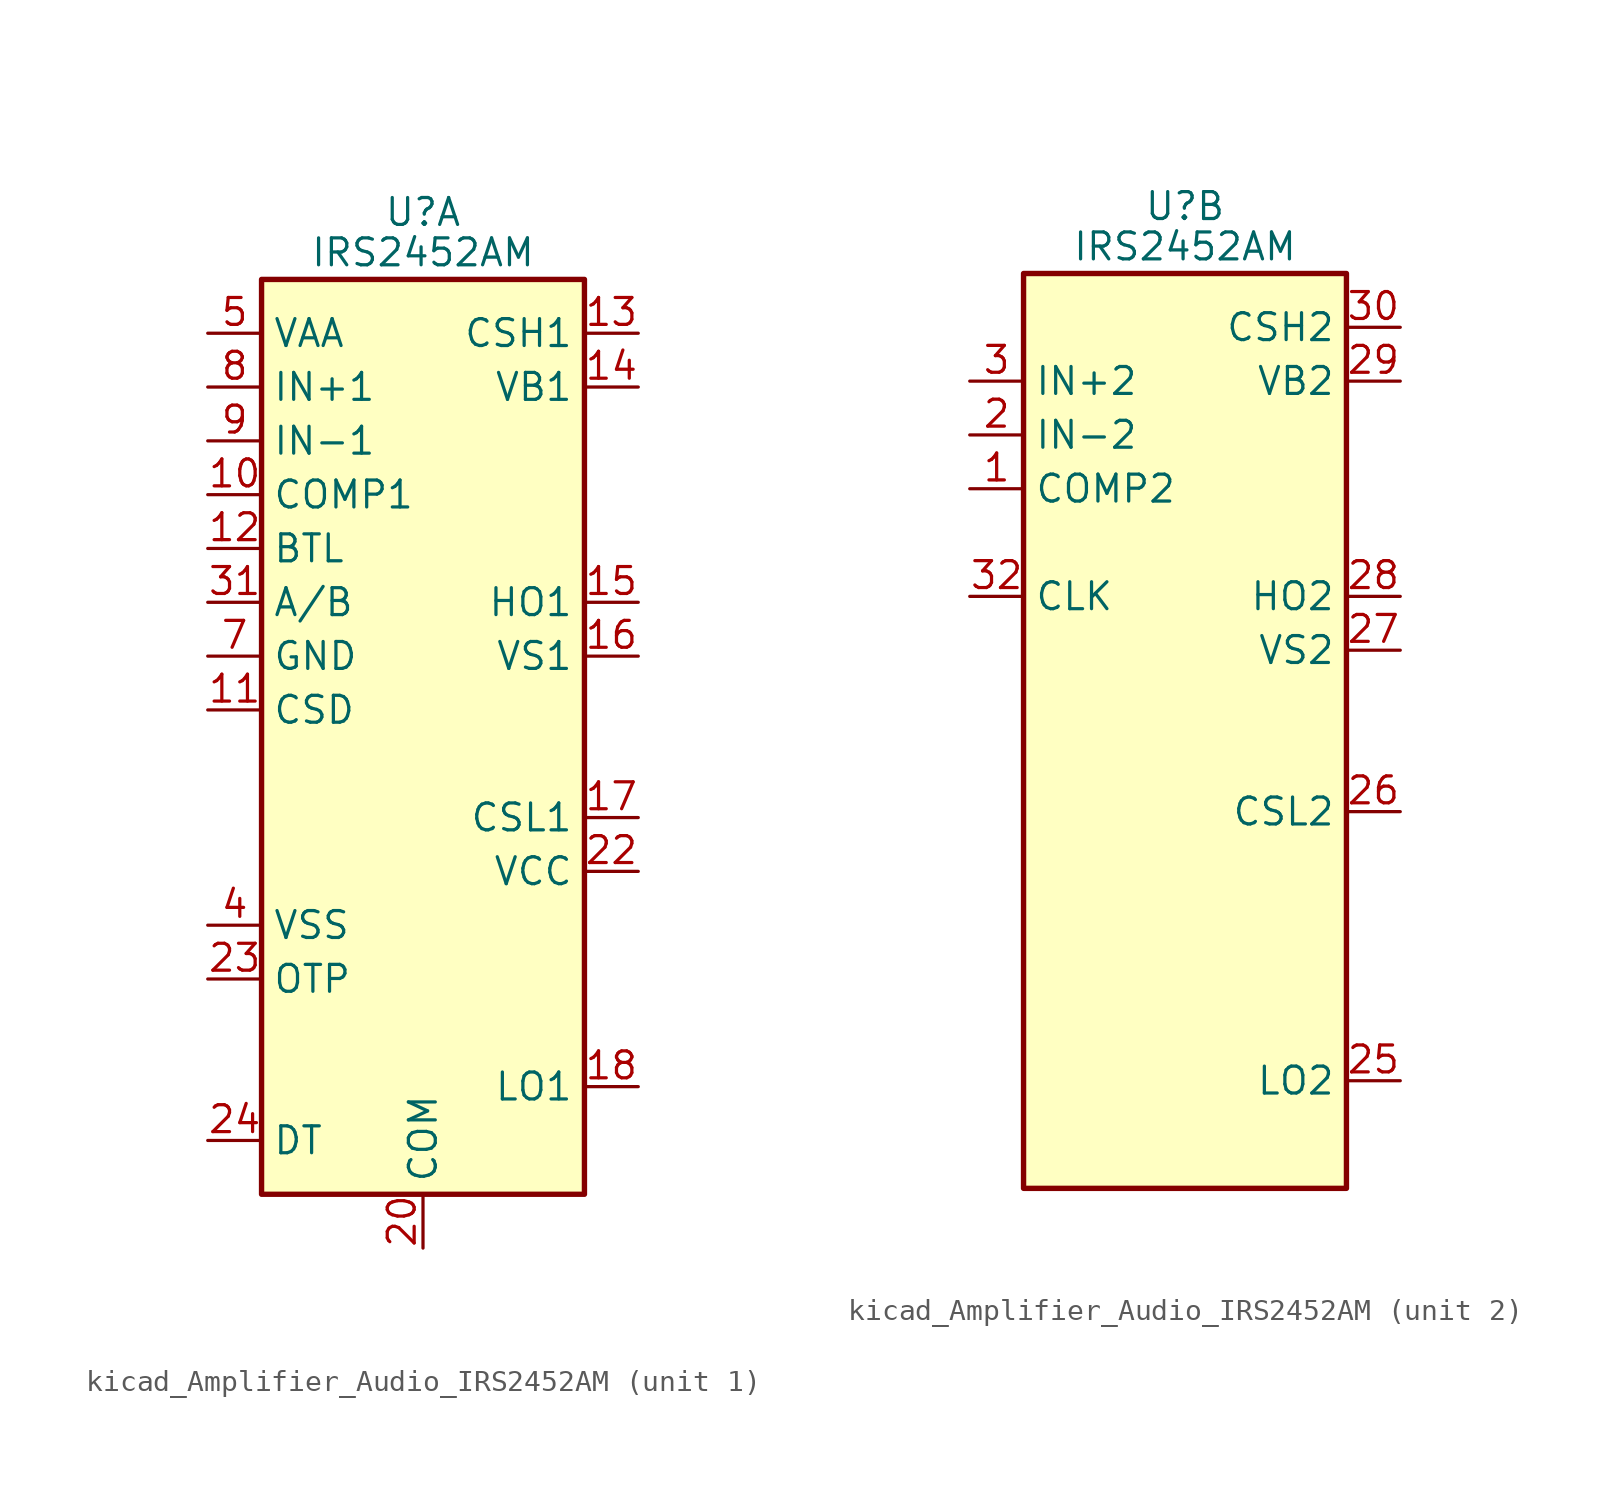
<source format=kicad_sym>
(kicad_symbol_lib
  (version 20220914)
  (generator kicad_symbol_editor)
  (symbol "kicad_Amplifier_Audio_IRS2452AM"
    (property "Reference" "U"
      (at 0 26.035 0)
      (effects (font (size 1.27 1.27))))
    (property "Value" "IRS2452AM"
      (at 0 24.13 0)
      (effects (font (size 1.27 1.27))))
    (property "ki_locked" ""
      (at 0 0 0)
      (effects (font (size 1.27 1.27))))
    (symbol "kicad_Amplifier_Audio_IRS2452AM_0_1"
      (rectangle (start -7.62 -20.32) (end 7.62 22.86) (stroke (width 0.254) (type default)) (fill (type background))))
    (symbol "kicad_Amplifier_Audio_IRS2452AM_1_1"
      (pin output line (at -10.16 12.7 0) (length 2.54) (name "COMP1" (effects (font (size 1.27 1.27)))) (number "10" (effects (font (size 1.27 1.27)))))
      (pin passive line (at -10.16 2.54 0) (length 2.54) (name "CSD" (effects (font (size 1.27 1.27)))) (number "11" (effects (font (size 1.27 1.27)))))
      (pin input line (at -10.16 10.16 0) (length 2.54) (name "BTL" (effects (font (size 1.27 1.27)))) (number "12" (effects (font (size 1.27 1.27)))))
      (pin passive line (at 10.16 20.32 180) (length 2.54) (name "CSH1" (effects (font (size 1.27 1.27)))) (number "13" (effects (font (size 1.27 1.27)))))
      (pin power_in line (at 10.16 17.78 180) (length 2.54) (name "VB1" (effects (font (size 1.27 1.27)))) (number "14" (effects (font (size 1.27 1.27)))))
      (pin output line (at 10.16 7.62 180) (length 2.54) (name "HO1" (effects (font (size 1.27 1.27)))) (number "15" (effects (font (size 1.27 1.27)))))
      (pin passive line (at 10.16 5.08 180) (length 2.54) (name "VS1" (effects (font (size 1.27 1.27)))) (number "16" (effects (font (size 1.27 1.27)))))
      (pin passive line (at 10.16 -2.54 180) (length 2.54) (name "CSL1" (effects (font (size 1.27 1.27)))) (number "17" (effects (font (size 1.27 1.27)))))
      (pin output line (at 10.16 -15.24 180) (length 2.54) (name "LO1" (effects (font (size 1.27 1.27)))) (number "18" (effects (font (size 1.27 1.27)))))
      (pin no_connect line (at -7.62 -2.54 0) (length 2.54) hide (name "NC" (effects (font (size 1.27 1.27)))) (number "19" (effects (font (size 1.27 1.27)))))
      (pin power_in line (at 0 -22.86 90) (length 2.54) (name "COM" (effects (font (size 1.27 1.27)))) (number "20" (effects (font (size 1.27 1.27)))))
      (pin no_connect line (at -7.62 -5.08 0) (length 2.54) hide (name "NC" (effects (font (size 1.27 1.27)))) (number "21" (effects (font (size 1.27 1.27)))))
      (pin power_in line (at 10.16 -5.08 180) (length 2.54) (name "VCC" (effects (font (size 1.27 1.27)))) (number "22" (effects (font (size 1.27 1.27)))))
      (pin passive line (at -10.16 -10.16 0) (length 2.54) (name "OTP" (effects (font (size 1.27 1.27)))) (number "23" (effects (font (size 1.27 1.27)))))
      (pin passive line (at -10.16 -17.78 0) (length 2.54) (name "DT" (effects (font (size 1.27 1.27)))) (number "24" (effects (font (size 1.27 1.27)))))
      (pin input line (at -10.16 7.62 0) (length 2.54) (name "A/B" (effects (font (size 1.27 1.27)))) (number "31" (effects (font (size 1.27 1.27)))))
      (pin passive line (at 0 -22.86 90) (length 2.54) hide (name "COM" (effects (font (size 1.27 1.27)))) (number "33" (effects (font (size 1.27 1.27)))))
      (pin power_in line (at -10.16 -7.62 0) (length 2.54) (name "VSS" (effects (font (size 1.27 1.27)))) (number "4" (effects (font (size 1.27 1.27)))))
      (pin power_in line (at -10.16 20.32 0) (length 2.54) (name "VAA" (effects (font (size 1.27 1.27)))) (number "5" (effects (font (size 1.27 1.27)))))
      (pin no_connect line (at -7.62 0 0) (length 2.54) hide (name "NC" (effects (font (size 1.27 1.27)))) (number "6" (effects (font (size 1.27 1.27)))))
      (pin power_in line (at -10.16 5.08 0) (length 2.54) (name "GND" (effects (font (size 1.27 1.27)))) (number "7" (effects (font (size 1.27 1.27)))))
      (pin input line (at -10.16 17.78 0) (length 2.54) (name "IN+1" (effects (font (size 1.27 1.27)))) (number "8" (effects (font (size 1.27 1.27)))))
      (pin input line (at -10.16 15.24 0) (length 2.54) (name "IN-1" (effects (font (size 1.27 1.27)))) (number "9" (effects (font (size 1.27 1.27))))))
    (symbol "kicad_Amplifier_Audio_IRS2452AM_2_1"
      (pin output line (at -10.16 12.7 0) (length 2.54) (name "COMP2" (effects (font (size 1.27 1.27)))) (number "1" (effects (font (size 1.27 1.27)))))
      (pin input line (at -10.16 15.24 0) (length 2.54) (name "IN-2" (effects (font (size 1.27 1.27)))) (number "2" (effects (font (size 1.27 1.27)))))
      (pin output line (at 10.16 -15.24 180) (length 2.54) (name "LO2" (effects (font (size 1.27 1.27)))) (number "25" (effects (font (size 1.27 1.27)))))
      (pin passive line (at 10.16 -2.54 180) (length 2.54) (name "CSL2" (effects (font (size 1.27 1.27)))) (number "26" (effects (font (size 1.27 1.27)))))
      (pin passive line (at 10.16 5.08 180) (length 2.54) (name "VS2" (effects (font (size 1.27 1.27)))) (number "27" (effects (font (size 1.27 1.27)))))
      (pin output line (at 10.16 7.62 180) (length 2.54) (name "HO2" (effects (font (size 1.27 1.27)))) (number "28" (effects (font (size 1.27 1.27)))))
      (pin power_in line (at 10.16 17.78 180) (length 2.54) (name "VB2" (effects (font (size 1.27 1.27)))) (number "29" (effects (font (size 1.27 1.27)))))
      (pin input line (at -10.16 17.78 0) (length 2.54) (name "IN+2" (effects (font (size 1.27 1.27)))) (number "3" (effects (font (size 1.27 1.27)))))
      (pin passive line (at 10.16 20.32 180) (length 2.54) (name "CSH2" (effects (font (size 1.27 1.27)))) (number "30" (effects (font (size 1.27 1.27)))))
      (pin input line (at -10.16 7.62 0) (length 2.54) (name "CLK" (effects (font (size 1.27 1.27)))) (number "32" (effects (font (size 1.27 1.27))))))))
</source>
